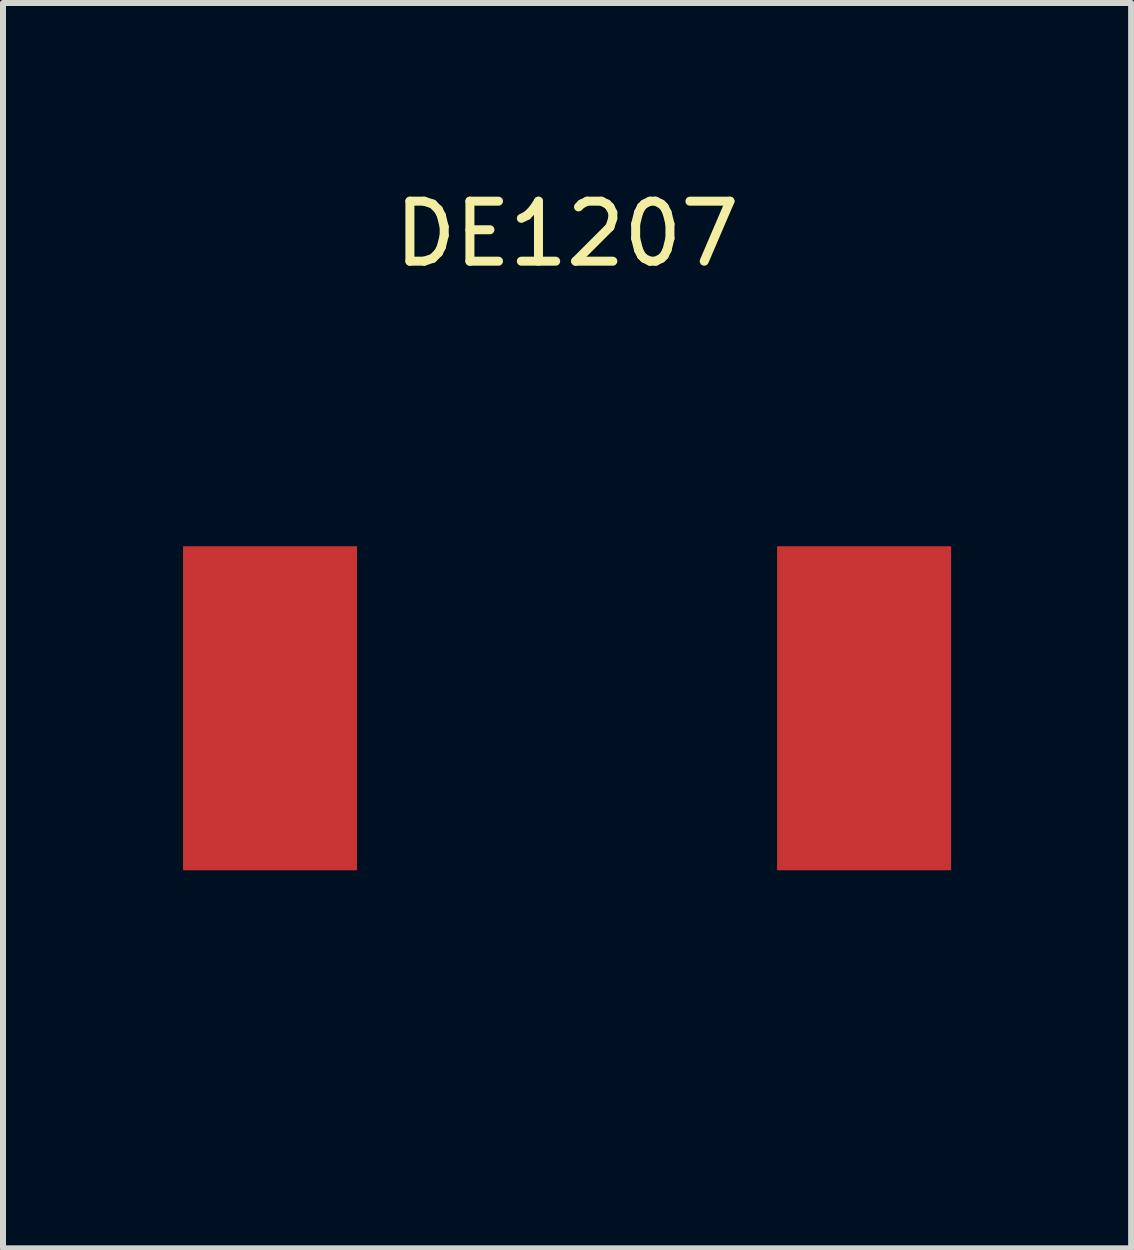
<source format=kicad_pcb>
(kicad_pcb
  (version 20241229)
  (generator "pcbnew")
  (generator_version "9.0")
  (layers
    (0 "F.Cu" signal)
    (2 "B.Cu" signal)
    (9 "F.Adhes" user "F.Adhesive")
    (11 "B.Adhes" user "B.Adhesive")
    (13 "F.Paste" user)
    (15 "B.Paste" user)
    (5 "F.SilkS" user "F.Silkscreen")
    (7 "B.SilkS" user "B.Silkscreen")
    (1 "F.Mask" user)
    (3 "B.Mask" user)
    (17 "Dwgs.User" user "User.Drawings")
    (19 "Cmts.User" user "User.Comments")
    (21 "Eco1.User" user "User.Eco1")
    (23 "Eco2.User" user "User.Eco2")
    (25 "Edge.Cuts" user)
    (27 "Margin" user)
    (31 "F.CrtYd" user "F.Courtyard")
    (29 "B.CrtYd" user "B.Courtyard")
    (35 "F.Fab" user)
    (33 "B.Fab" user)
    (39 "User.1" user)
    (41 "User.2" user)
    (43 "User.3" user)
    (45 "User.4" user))
  (footprint "DE1207"
    (layer "F.Cu")
    (at 6.4 8.753)
    (property "Reference" "DE1207" (at 0 -7.905 0) (layer "F.SilkS") (effects (font (size 1 1) (thickness 0.15))))
    (attr smd)
    (fp_line (start -6 -6) (end -6 6) (stroke (width 0.000128) (type solid)) (layer "F.SilkS"))
    (fp_line (start -6 6) (end 6 6) (stroke (width 0.000128) (type solid)) (layer "F.SilkS"))
    (fp_line (start 0 -6) (end -6 -6) (stroke (width 0.000128) (type solid)) (layer "F.SilkS"))
    (fp_line (start 6 -6) (end 0 -6) (stroke (width 0.000128) (type solid)) (layer "F.SilkS"))
    (fp_line (start 6 6) (end 6 -6) (stroke (width 0.000128) (type solid)) (layer "F.SilkS"))
    (pad "1" smd rect (at -4.95 0) (size 2.9 5.4) (layers "F.Cu" "F.Mask" "F.Paste"))
    (pad "2" smd rect (at 4.95 0) (size 2.9 5.4) (layers "F.Cu" "F.Mask" "F.Paste")))
  (gr_rect
    (start -3 -3)
    (end 15.8 17.753)
    (stroke (width 0.1) (type default))
    (fill no)
    (layer "Edge.Cuts")))
</source>
